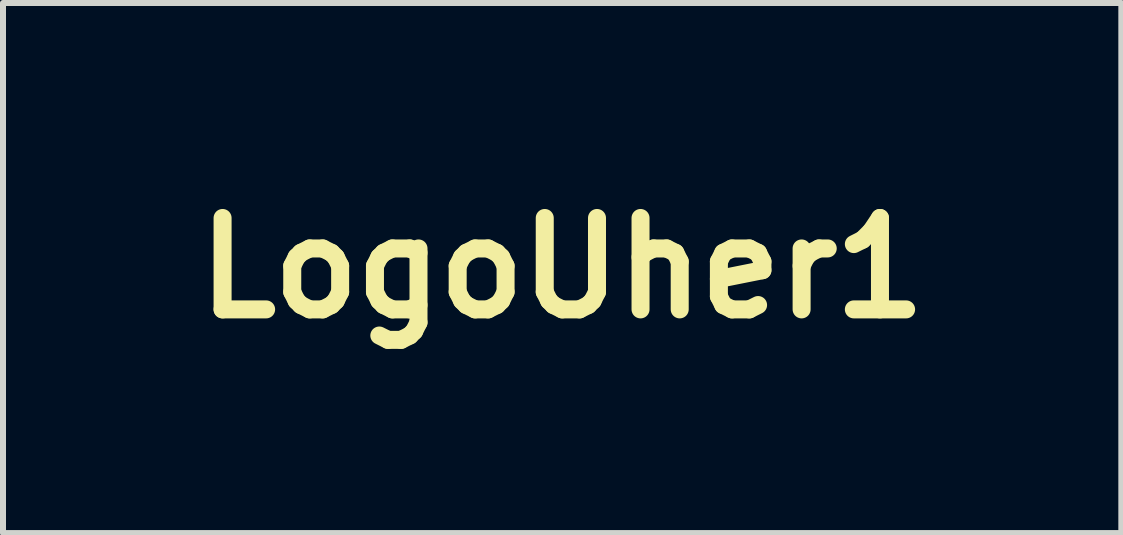
<source format=kicad_pcb>
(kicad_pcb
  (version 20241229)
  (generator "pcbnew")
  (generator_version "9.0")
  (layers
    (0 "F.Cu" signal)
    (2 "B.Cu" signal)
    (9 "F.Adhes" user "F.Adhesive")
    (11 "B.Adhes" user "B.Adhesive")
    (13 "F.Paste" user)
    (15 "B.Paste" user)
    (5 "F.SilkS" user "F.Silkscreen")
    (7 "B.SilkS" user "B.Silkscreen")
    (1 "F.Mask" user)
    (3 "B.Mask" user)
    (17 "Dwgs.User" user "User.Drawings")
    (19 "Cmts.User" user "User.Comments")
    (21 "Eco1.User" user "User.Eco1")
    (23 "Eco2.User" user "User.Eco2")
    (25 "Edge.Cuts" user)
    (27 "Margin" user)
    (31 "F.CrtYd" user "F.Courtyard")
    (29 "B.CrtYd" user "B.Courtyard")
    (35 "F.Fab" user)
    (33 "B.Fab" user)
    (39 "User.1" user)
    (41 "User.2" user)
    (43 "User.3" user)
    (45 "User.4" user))
  (footprint "LogoUher1"
    (layer "F.Cu")
    (at 6.321 1.418)
    (property "Reference" "LogoUher1" (at 0 0 0) (layer "F.SilkS") (effects (font (size 1.524 1.524) (thickness 0.3))))
    (attr through_hole)
    (fp_poly (pts (xy -1.801 -0.24) (xy -1.261 -0.24) (xy -1.261 -0.961) (xy -0.3 -0.961) (xy -0.3 0.901) (xy -1.261 0.901) (xy -1.261 0.113) (xy -1.513 0.132) (xy -1.764 0.15) (xy -1.748 0.525) (xy -1.733 0.901) (xy -2.702 0.901) (xy -2.702 -0.961) (xy -1.801 -0.961) (xy -1.801 -0.24)) (stroke (width 0.01) (type solid)) (fill yes) (layer "F.Mask"))
    (fp_poly (pts (xy 2.702 -0.62) (xy 2.233 -0.647) (xy 1.982 -0.657) (xy 1.82 -0.648) (xy 1.718 -0.616) (xy 1.663 -0.573) (xy 1.574 -0.456) (xy 1.588 -0.355) (xy 1.66 -0.27) (xy 1.747 -0.215) (xy 1.883 -0.189) (xy 2.101 -0.188) (xy 2.171 -0.191) (xy 2.582 -0.21) (xy 2.582 -0.015) (xy 2.582 0.18) (xy 2.108 0.18) (xy 1.829 0.191) (xy 1.656 0.227) (xy 1.58 0.297) (xy 1.589 0.408) (xy 1.626 0.489) (xy 1.669 0.548) (xy 1.739 0.582) (xy 1.862 0.595) (xy 2.066 0.594) (xy 2.196 0.59) (xy 2.702 0.57) (xy 2.702 0.901) (xy 0.6 0.901) (xy 0.6 -0.961) (xy 2.702 -0.961) (xy 2.702 -0.62)) (stroke (width 0.01) (type solid)) (fill yes) (layer "F.Mask"))
    (fp_poly (pts (xy -5.164 -0.328) (xy -5.159 -0.01) (xy -5.138 0.201) (xy -5.093 0.318) (xy -5.017 0.352) (xy -4.901 0.318) (xy -4.79 0.258) (xy -4.594 0.144) (xy -4.576 -0.409) (xy -4.559 -0.961) (xy -3.603 -0.961) (xy -3.603 0.901) (xy -4.607 0.901) (xy -4.578 0.751) (xy -4.57 0.659) (xy -4.6 0.615) (xy -4.686 0.618) (xy -4.846 0.67) (xy -5.095 0.773) (xy -5.114 0.781) (xy -5.421 0.899) (xy -5.649 0.951) (xy -5.817 0.939) (xy -5.946 0.863) (xy -6 0.803) (xy -6.051 0.727) (xy -6.086 0.636) (xy -6.108 0.508) (xy -6.12 0.32) (xy -6.124 0.047) (xy -6.125 -0.158) (xy -6.125 -0.961) (xy -5.164 -0.961) (xy -5.164 -0.328)) (stroke (width 0.01) (type solid)) (fill yes) (layer "F.Mask"))
    (fp_poly (pts (xy 5.075 -0.96) (xy 5.372 -0.956) (xy 5.586 -0.948) (xy 5.734 -0.933) (xy 5.836 -0.91) (xy 5.908 -0.877) (xy 5.962 -0.84) (xy 6.114 -0.651) (xy 6.162 -0.424) (xy 6.101 -0.193) (xy 6.024 -0.08) (xy 5.909 0.008) (xy 5.735 0.082) (xy 5.477 0.152) (xy 5.284 0.194) (xy 4.894 0.276) (xy 5.388 0.443) (xy 5.658 0.524) (xy 5.871 0.568) (xy 6.002 0.571) (xy 6.008 0.57) (xy 6.088 0.55) (xy 6.101 0.581) (xy 6.051 0.69) (xy 6.038 0.713) (xy 5.906 0.907) (xy 5.752 1.001) (xy 5.562 0.998) (xy 5.325 0.898) (xy 5.096 0.751) (xy 4.845 0.574) (xy 4.677 0.461) (xy 4.575 0.41) (xy 4.524 0.417) (xy 4.505 0.479) (xy 4.503 0.593) (xy 4.504 0.643) (xy 4.504 0.931) (xy 3.543 0.892) (xy 3.543 -0.661) (xy 4.504 -0.661) (xy 4.504 -0.3) (xy 4.511 -0.11) (xy 4.531 0.02) (xy 4.555 0.06) (xy 4.641 0.042) (xy 4.787 -0.001) (xy 4.81 -0.009) (xy 5.062 -0.128) (xy 5.198 -0.279) (xy 5.224 -0.398) (xy 5.171 -0.542) (xy 5.014 -0.63) (xy 4.754 -0.661) (xy 4.748 -0.661) (xy 4.504 -0.661) (xy 3.543 -0.661) (xy 3.543 -0.961) (xy 4.676 -0.961) (xy 5.075 -0.96)) (stroke (width 0.01) (type solid)) (fill yes) (layer "F.Mask")))
  (gr_rect
    (start -3 -3)
    (end 15.642 5.836)
    (stroke (width 0.1) (type default))
    (fill no)
    (layer "Edge.Cuts")))
</source>
